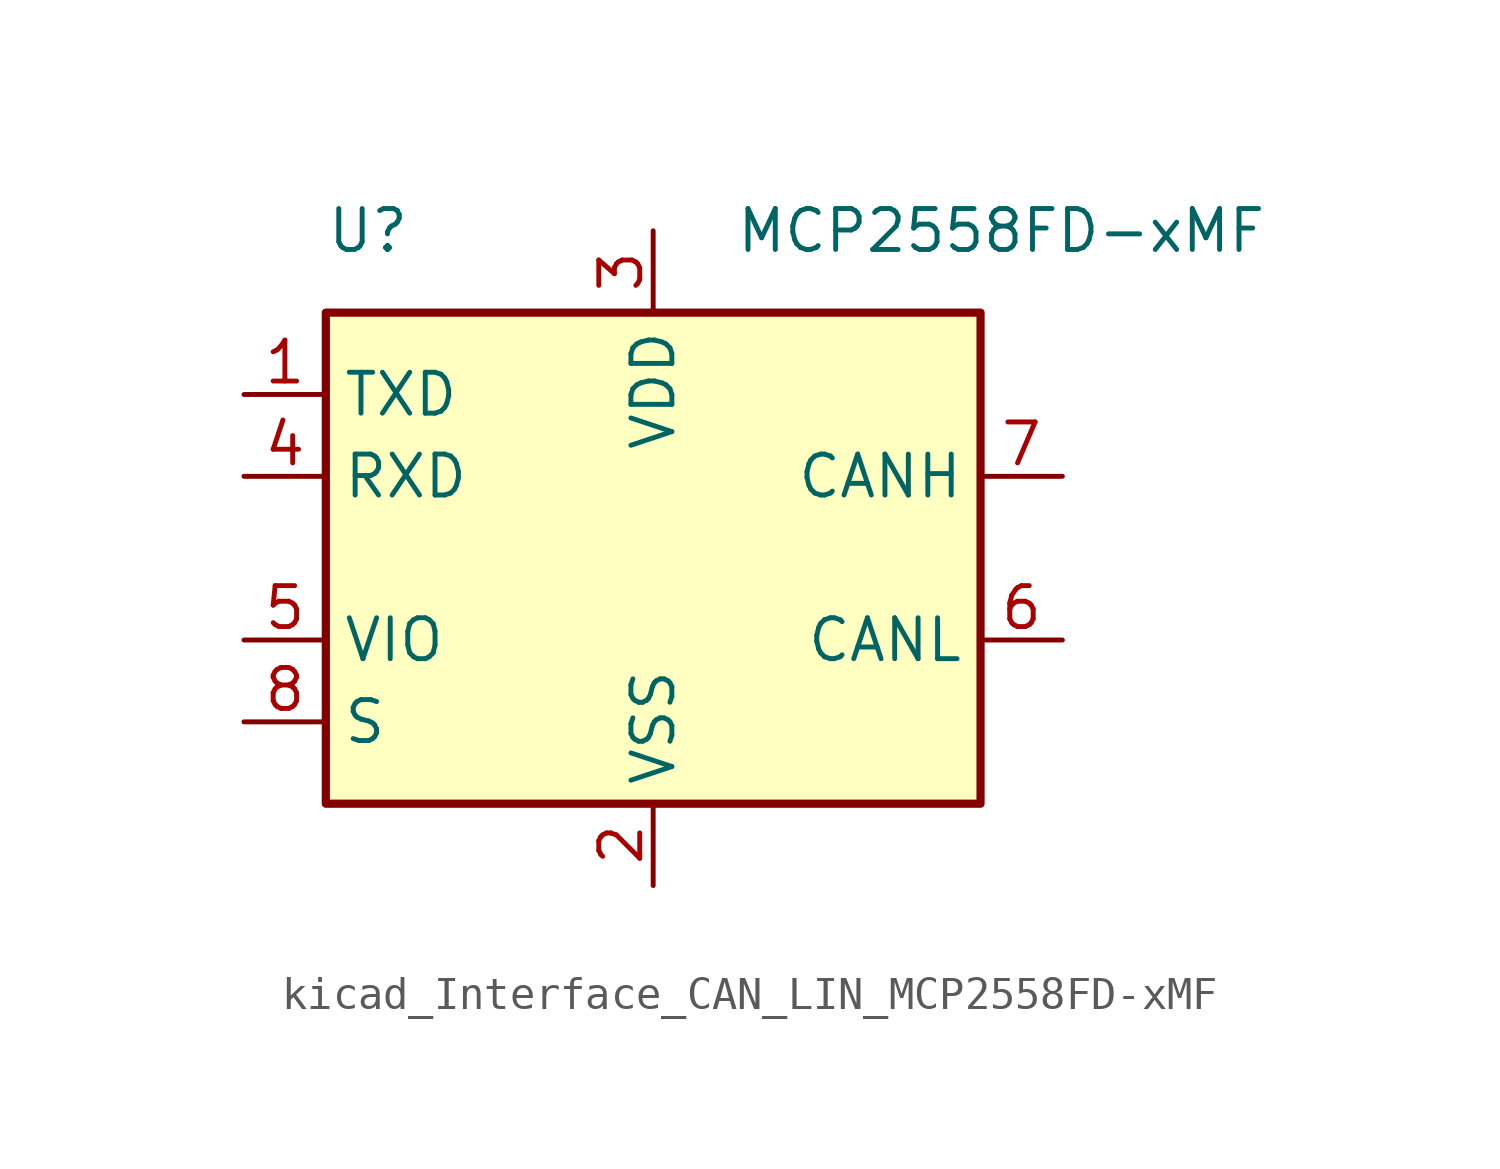
<source format=kicad_sym>
(kicad_symbol_lib
  (version 20220914)
  (generator kicad_symbol_editor)
  (symbol "kicad_Interface_CAN_LIN_MCP2558FD-xMF"
    (property "Reference" "U"
      (at -10.16 10.16 0)
      (effects (font (size 1.27 1.27)) (justify left)))
    (property "Value" "MCP2558FD-xMF"
      (at 2.54 10.16 0)
      (effects (font (size 1.27 1.27)) (justify left)))
    (symbol "kicad_Interface_CAN_LIN_MCP2558FD-xMF_0_1"
      (rectangle (start -10.16 7.62) (end 10.16 -7.62) (stroke (width 0.254) (type default)) (fill (type background))))
    (symbol "kicad_Interface_CAN_LIN_MCP2558FD-xMF_1_1"
      (pin input line (at -12.7 5.08 0) (length 2.54) (name "TXD" (effects (font (size 1.27 1.27)))) (number "1" (effects (font (size 1.27 1.27)))))
      (pin power_in line (at 0 -10.16 90) (length 2.54) (name "VSS" (effects (font (size 1.27 1.27)))) (number "2" (effects (font (size 1.27 1.27)))))
      (pin power_in line (at 0 10.16 270) (length 2.54) (name "VDD" (effects (font (size 1.27 1.27)))) (number "3" (effects (font (size 1.27 1.27)))))
      (pin output line (at -12.7 2.54 0) (length 2.54) (name "RXD" (effects (font (size 1.27 1.27)))) (number "4" (effects (font (size 1.27 1.27)))))
      (pin power_in line (at -12.7 -2.54 0) (length 2.54) (name "VIO" (effects (font (size 1.27 1.27)))) (number "5" (effects (font (size 1.27 1.27)))))
      (pin bidirectional line (at 12.7 -2.54 180) (length 2.54) (name "CANL" (effects (font (size 1.27 1.27)))) (number "6" (effects (font (size 1.27 1.27)))))
      (pin bidirectional line (at 12.7 2.54 180) (length 2.54) (name "CANH" (effects (font (size 1.27 1.27)))) (number "7" (effects (font (size 1.27 1.27)))))
      (pin input line (at -12.7 -5.08 0) (length 2.54) (name "S" (effects (font (size 1.27 1.27)))) (number "8" (effects (font (size 1.27 1.27)))))
      (pin passive line (at 0 -10.16 90) (length 2.54) hide (name "VSS" (effects (font (size 1.27 1.27)))) (number "9" (effects (font (size 1.27 1.27))))))))
</source>
